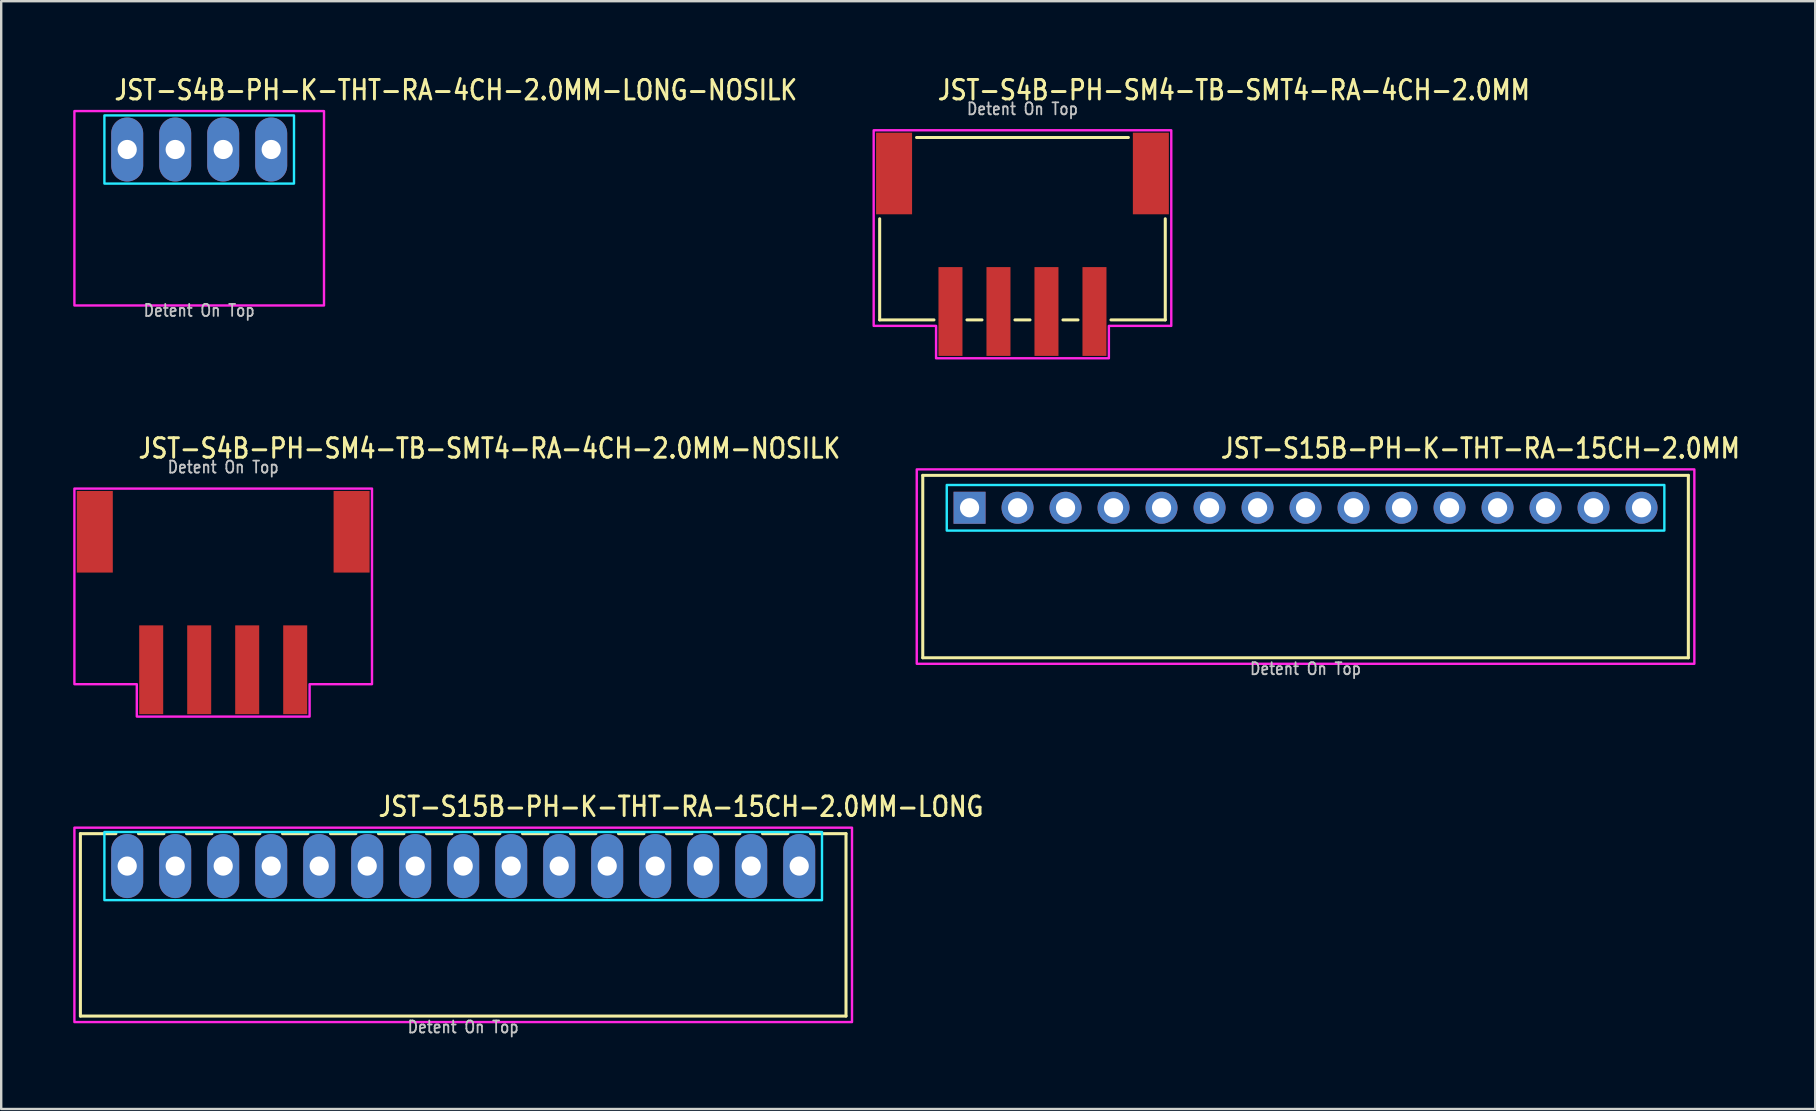
<source format=kicad_pcb>
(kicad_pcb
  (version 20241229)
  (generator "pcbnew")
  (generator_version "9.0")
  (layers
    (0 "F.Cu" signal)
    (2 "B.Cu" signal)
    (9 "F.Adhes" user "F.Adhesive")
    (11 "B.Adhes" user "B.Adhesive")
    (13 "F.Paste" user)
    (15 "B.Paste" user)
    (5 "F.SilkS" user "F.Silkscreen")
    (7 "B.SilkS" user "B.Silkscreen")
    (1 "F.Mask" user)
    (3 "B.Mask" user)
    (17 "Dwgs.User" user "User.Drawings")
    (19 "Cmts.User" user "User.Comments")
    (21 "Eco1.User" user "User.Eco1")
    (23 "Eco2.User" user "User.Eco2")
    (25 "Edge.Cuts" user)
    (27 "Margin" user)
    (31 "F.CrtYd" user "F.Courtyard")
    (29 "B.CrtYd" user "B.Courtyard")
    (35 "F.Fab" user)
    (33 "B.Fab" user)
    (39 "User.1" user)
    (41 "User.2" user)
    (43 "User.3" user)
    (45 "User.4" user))
  (footprint "JST-S4B-PH-SM4-TB-SMT4-RA-4CH-2.0MM"
    (layer "F.Cu")
    (at 39.553 4.179)
    (property "Reference" "JST-S4B-PH-SM4-TB-SMT4-RA-4CH-2.0MM" (at -3.6 -3 0) (unlocked yes) (layer "F.SilkS") (effects (font (size 0.813 0.695) (thickness 0.122)) (justify left bottom)))
    (fp_line (start -5.95 6.1) (end -5.95 1.887) (stroke (width 0.127) (type solid)) (layer "F.SilkS"))
    (fp_line (start -5.95 6.1) (end -3.687 6.1) (stroke (width 0.127) (type solid)) (layer "F.SilkS"))
    (fp_line (start -4.413 -1.5) (end 4.413 -1.5) (stroke (width 0.127) (type solid)) (layer "F.SilkS"))
    (fp_line (start -2.313 6.1) (end -1.687 6.1) (stroke (width 0.127) (type solid)) (layer "F.SilkS"))
    (fp_line (start -0.314 6.1) (end 0.314 6.1) (stroke (width 0.127) (type solid)) (layer "F.SilkS"))
    (fp_line (start 1.687 6.1) (end 2.313 6.1) (stroke (width 0.127) (type solid)) (layer "F.SilkS"))
    (fp_line (start 3.687 6.1) (end 5.95 6.1) (stroke (width 0.127) (type solid)) (layer "F.SilkS"))
    (fp_line (start 5.95 1.887) (end 5.95 6.1) (stroke (width 0.127) (type solid)) (layer "F.SilkS"))
    (fp_poly (pts (xy -6.2 -1.8) (xy -6.2 6.35) (xy -3.6 6.35) (xy -3.6 7.7) (xy 3.6 7.7) (xy 3.6 6.35) (xy 6.2 6.35) (xy 6.2 -1.8)) (stroke (width 0.1) (type solid)) (fill no) (layer "F.CrtYd"))
    (fp_text user "Detent On Top" (at 0 -2.4 0) (unlocked yes) (layer "Dwgs.User") (effects (font (size 0.5 0.427) (thickness 0.075)) (justify bottom)))
    (pad "P$1" smd rect (at 3 5.75) (size 1 3.7) (layers "F.Cu" "F.Mask" "F.Paste"))
    (pad "P$2" smd rect (at 1 5.75) (size 1 3.7) (layers "F.Cu" "F.Mask" "F.Paste"))
    (pad "P$3" smd rect (at -1 5.75) (size 1 3.7) (layers "F.Cu" "F.Mask" "F.Paste"))
    (pad "P$4" smd rect (at -3 5.75) (size 1 3.7) (layers "F.Cu" "F.Mask" "F.Paste"))
    (pad "S$1" smd rect (at -5.35 0) (size 1.5 3.4) (layers "F.Cu" "F.Mask" "F.Paste"))
    (pad "S$2" smd rect (at 5.35 0) (size 1.5 3.4) (layers "F.Cu" "F.Mask" "F.Paste")))
  (footprint "JST-S15B-PH-K-THT-RA-15CH-2.0MM"
    (layer "F.Cu")
    (at 51.348 18.107)
    (property "Reference" "JST-S15B-PH-K-THT-RA-15CH-2.0MM" (at -3.6 -2 0) (unlocked yes) (layer "F.SilkS") (effects (font (size 0.813 0.695) (thickness 0.122)) (justify left bottom)))
    (fp_line (start -15.95 -1.35) (end 15.95 -1.35) (stroke (width 0.127) (type solid)) (layer "F.SilkS"))
    (fp_line (start -15.95 6.25) (end -15.95 -1.35) (stroke (width 0.127) (type solid)) (layer "F.SilkS"))
    (fp_line (start -15.95 6.25) (end 15.95 6.25) (stroke (width 0.127) (type solid)) (layer "F.SilkS"))
    (fp_line (start 15.95 -1.35) (end 15.95 6.25) (stroke (width 0.127) (type solid)) (layer "F.SilkS"))
    (fp_poly (pts (xy -14.95 -0.95) (xy -14.95 0.95) (xy 14.95 0.95) (xy 14.95 -0.95)) (stroke (width 0.1) (type solid)) (fill no) (layer "B.CrtYd"))
    (fp_poly (pts (xy -16.2 -1.6) (xy -16.2 6.5) (xy 16.2 6.5) (xy 16.2 -1.6)) (stroke (width 0.1) (type solid)) (fill no) (layer "F.CrtYd"))
    (fp_text user "Detent On Top" (at 0 7 0) (unlocked yes) (layer "Dwgs.User") (effects (font (size 0.5 0.427) (thickness 0.075)) (justify bottom)))
    (pad "P$1" thru_hole rect (at -14 0) (size 1.333 1.333) (drill 0.8) (layers "*.Cu" "*.Mask"))
    (pad "P$2" thru_hole oval (at -12 0) (size 1.333 1.333) (drill 0.8) (layers "*.Cu" "*.Mask"))
    (pad "P$3" thru_hole oval (at -10 0) (size 1.333 1.333) (drill 0.8) (layers "*.Cu" "*.Mask"))
    (pad "P$4" thru_hole oval (at -8 0) (size 1.333 1.333) (drill 0.8) (layers "*.Cu" "*.Mask"))
    (pad "P$5" thru_hole oval (at -6 0) (size 1.333 1.333) (drill 0.8) (layers "*.Cu" "*.Mask"))
    (pad "P$6" thru_hole oval (at -4 0) (size 1.333 1.333) (drill 0.8) (layers "*.Cu" "*.Mask"))
    (pad "P$7" thru_hole oval (at -2 0) (size 1.333 1.333) (drill 0.8) (layers "*.Cu" "*.Mask"))
    (pad "P$8" thru_hole oval (at 0 0) (size 1.333 1.333) (drill 0.8) (layers "*.Cu" "*.Mask"))
    (pad "P$9" thru_hole oval (at 2 0) (size 1.333 1.333) (drill 0.8) (layers "*.Cu" "*.Mask"))
    (pad "P$10" thru_hole oval (at 4 0) (size 1.333 1.333) (drill 0.8) (layers "*.Cu" "*.Mask"))
    (pad "P$11" thru_hole oval (at 6 0) (size 1.333 1.333) (drill 0.8) (layers "*.Cu" "*.Mask"))
    (pad "P$12" thru_hole oval (at 8 0) (size 1.333 1.333) (drill 0.8) (layers "*.Cu" "*.Mask"))
    (pad "P$13" thru_hole oval (at 10 0) (size 1.333 1.333) (drill 0.8) (layers "*.Cu" "*.Mask"))
    (pad "P$14" thru_hole oval (at 12 0) (size 1.333 1.333) (drill 0.8) (layers "*.Cu" "*.Mask"))
    (pad "P$15" thru_hole oval (at 14 0) (size 1.333 1.333) (drill 0.8) (layers "*.Cu" "*.Mask")))
  (footprint "JST-S4B-PH-K-THT-RA-4CH-2.0MM-LONG-NOSILK"
    (layer "F.Cu")
    (at 5.25 3.179)
    (property "Reference" "JST-S4B-PH-K-THT-RA-4CH-2.0MM-LONG-NOSILK" (at -3.6 -2 0) (unlocked yes) (layer "F.SilkS") (effects (font (size 0.813 0.695) (thickness 0.122)) (justify left bottom)))
    (fp_poly (pts (xy -3.95 -1.42) (xy -3.95 1.42) (xy 3.95 1.42) (xy 3.95 -1.42)) (stroke (width 0.1) (type solid)) (fill no) (layer "B.CrtYd"))
    (fp_poly (pts (xy -5.2 -1.6) (xy -5.2 6.5) (xy 5.2 6.5) (xy 5.2 -1.6)) (stroke (width 0.1) (type solid)) (fill no) (layer "F.CrtYd"))
    (fp_text user "Detent On Top" (at 0 7 0) (unlocked yes) (layer "Dwgs.User") (effects (font (size 0.5 0.427) (thickness 0.075)) (justify bottom)))
    (pad "P$1" thru_hole oval (at -3 0 90) (size 2.667 1.333) (drill 0.8) (layers "*.Cu" "*.Mask"))
    (pad "P$2" thru_hole oval (at -1 0 90) (size 2.667 1.333) (drill 0.8) (layers "*.Cu" "*.Mask"))
    (pad "P$3" thru_hole oval (at 1 0 90) (size 2.667 1.333) (drill 0.8) (layers "*.Cu" "*.Mask"))
    (pad "P$4" thru_hole oval (at 3 0 90) (size 2.667 1.333) (drill 0.8) (layers "*.Cu" "*.Mask")))
  (footprint "JST-S15B-PH-K-THT-RA-15CH-2.0MM-LONG"
    (layer "F.Cu")
    (at 16.25 33.036)
    (property "Reference" "JST-S15B-PH-K-THT-RA-15CH-2.0MM-LONG" (at -3.6 -2 0) (unlocked yes) (layer "F.SilkS") (effects (font (size 0.813 0.695) (thickness 0.122)) (justify left bottom)))
    (fp_line (start -15.95 -1.35) (end -14.471 -1.35) (stroke (width 0.127) (type solid)) (layer "F.SilkS"))
    (fp_line (start -15.95 6.25) (end -15.95 -1.35) (stroke (width 0.127) (type solid)) (layer "F.SilkS"))
    (fp_line (start -15.95 6.25) (end 15.95 6.25) (stroke (width 0.127) (type solid)) (layer "F.SilkS"))
    (fp_line (start -13.529 -1.35) (end -12.471 -1.35) (stroke (width 0.127) (type solid)) (layer "F.SilkS"))
    (fp_line (start -11.529 -1.35) (end -10.471 -1.35) (stroke (width 0.127) (type solid)) (layer "F.SilkS"))
    (fp_line (start -9.529 -1.35) (end -8.471 -1.35) (stroke (width 0.127) (type solid)) (layer "F.SilkS"))
    (fp_line (start -7.529 -1.35) (end -6.471 -1.35) (stroke (width 0.127) (type solid)) (layer "F.SilkS"))
    (fp_line (start -5.529 -1.35) (end -4.471 -1.35) (stroke (width 0.127) (type solid)) (layer "F.SilkS"))
    (fp_line (start -3.529 -1.35) (end -2.471 -1.35) (stroke (width 0.127) (type solid)) (layer "F.SilkS"))
    (fp_line (start -1.529 -1.35) (end -0.471 -1.35) (stroke (width 0.127) (type solid)) (layer "F.SilkS"))
    (fp_line (start 0.471 -1.35) (end 1.529 -1.35) (stroke (width 0.127) (type solid)) (layer "F.SilkS"))
    (fp_line (start 2.471 -1.35) (end 3.529 -1.35) (stroke (width 0.127) (type solid)) (layer "F.SilkS"))
    (fp_line (start 4.471 -1.35) (end 5.529 -1.35) (stroke (width 0.127) (type solid)) (layer "F.SilkS"))
    (fp_line (start 6.471 -1.35) (end 7.529 -1.35) (stroke (width 0.127) (type solid)) (layer "F.SilkS"))
    (fp_line (start 8.471 -1.35) (end 9.529 -1.35) (stroke (width 0.127) (type solid)) (layer "F.SilkS"))
    (fp_line (start 10.471 -1.35) (end 11.529 -1.35) (stroke (width 0.127) (type solid)) (layer "F.SilkS"))
    (fp_line (start 12.471 -1.35) (end 13.529 -1.35) (stroke (width 0.127) (type solid)) (layer "F.SilkS"))
    (fp_line (start 14.471 -1.35) (end 15.95 -1.35) (stroke (width 0.127) (type solid)) (layer "F.SilkS"))
    (fp_line (start 15.95 -1.35) (end 15.95 6.25) (stroke (width 0.127) (type solid)) (layer "F.SilkS"))
    (fp_poly (pts (xy -14.95 -1.42) (xy -14.95 1.42) (xy 14.95 1.42) (xy 14.95 -1.42)) (stroke (width 0.1) (type solid)) (fill no) (layer "B.CrtYd"))
    (fp_poly (pts (xy -16.2 -1.6) (xy -16.2 6.5) (xy 16.2 6.5) (xy 16.2 -1.6)) (stroke (width 0.1) (type solid)) (fill no) (layer "F.CrtYd"))
    (fp_text user "Detent On Top" (at 0 7 0) (unlocked yes) (layer "Dwgs.User") (effects (font (size 0.5 0.427) (thickness 0.075)) (justify bottom)))
    (pad "P$1" thru_hole oval (at -14 0 90) (size 2.667 1.333) (drill 0.8) (layers "*.Cu" "*.Mask"))
    (pad "P$2" thru_hole oval (at -12 0 90) (size 2.667 1.333) (drill 0.8) (layers "*.Cu" "*.Mask"))
    (pad "P$3" thru_hole oval (at -10 0 90) (size 2.667 1.333) (drill 0.8) (layers "*.Cu" "*.Mask"))
    (pad "P$4" thru_hole oval (at -8 0 90) (size 2.667 1.333) (drill 0.8) (layers "*.Cu" "*.Mask"))
    (pad "P$5" thru_hole oval (at -6 0 90) (size 2.667 1.333) (drill 0.8) (layers "*.Cu" "*.Mask"))
    (pad "P$6" thru_hole oval (at -4 0 90) (size 2.667 1.333) (drill 0.8) (layers "*.Cu" "*.Mask"))
    (pad "P$7" thru_hole oval (at -2 0 90) (size 2.667 1.333) (drill 0.8) (layers "*.Cu" "*.Mask"))
    (pad "P$8" thru_hole oval (at 0 0 90) (size 2.667 1.333) (drill 0.8) (layers "*.Cu" "*.Mask"))
    (pad "P$9" thru_hole oval (at 2 0 90) (size 2.667 1.333) (drill 0.8) (layers "*.Cu" "*.Mask"))
    (pad "P$10" thru_hole oval (at 4 0 90) (size 2.667 1.333) (drill 0.8) (layers "*.Cu" "*.Mask"))
    (pad "P$11" thru_hole oval (at 6 0 90) (size 2.667 1.333) (drill 0.8) (layers "*.Cu" "*.Mask"))
    (pad "P$12" thru_hole oval (at 8 0 90) (size 2.667 1.333) (drill 0.8) (layers "*.Cu" "*.Mask"))
    (pad "P$13" thru_hole oval (at 10 0 90) (size 2.667 1.333) (drill 0.8) (layers "*.Cu" "*.Mask"))
    (pad "P$14" thru_hole oval (at 12 0 90) (size 2.667 1.333) (drill 0.8) (layers "*.Cu" "*.Mask"))
    (pad "P$15" thru_hole oval (at 14 0 90) (size 2.667 1.333) (drill 0.8) (layers "*.Cu" "*.Mask")))
  (footprint "JST-S4B-PH-SM4-TB-SMT4-RA-4CH-2.0MM-NOSILK"
    (layer "F.Cu")
    (at 6.25 19.107)
    (property "Reference" "JST-S4B-PH-SM4-TB-SMT4-RA-4CH-2.0MM-NOSILK" (at -3.6 -3 0) (unlocked yes) (layer "F.SilkS") (effects (font (size 0.813 0.695) (thickness 0.122)) (justify left bottom)))
    (fp_poly (pts (xy -6.2 -1.8) (xy -6.2 6.35) (xy -3.6 6.35) (xy -3.6 7.7) (xy 3.6 7.7) (xy 3.6 6.35) (xy 6.2 6.35) (xy 6.2 -1.8)) (stroke (width 0.1) (type solid)) (fill no) (layer "F.CrtYd"))
    (fp_text user "Detent On Top" (at 0 -2.4 0) (unlocked yes) (layer "Dwgs.User") (effects (font (size 0.5 0.427) (thickness 0.075)) (justify bottom)))
    (pad "P$1" smd rect (at 3 5.75) (size 1 3.7) (layers "F.Cu" "F.Mask" "F.Paste"))
    (pad "P$2" smd rect (at 1 5.75) (size 1 3.7) (layers "F.Cu" "F.Mask" "F.Paste"))
    (pad "P$3" smd rect (at -1 5.75) (size 1 3.7) (layers "F.Cu" "F.Mask" "F.Paste"))
    (pad "P$4" smd rect (at -3 5.75) (size 1 3.7) (layers "F.Cu" "F.Mask" "F.Paste"))
    (pad "S$1" smd rect (at -5.35 0) (size 1.5 3.4) (layers "F.Cu" "F.Mask" "F.Paste"))
    (pad "S$2" smd rect (at 5.35 0) (size 1.5 3.4) (layers "F.Cu" "F.Mask" "F.Paste")))
  (gr_rect
    (start -3 -3)
    (end 72.584 43.159)
    (stroke (width 0.1) (type default))
    (fill no)
    (layer "Edge.Cuts")))
</source>
